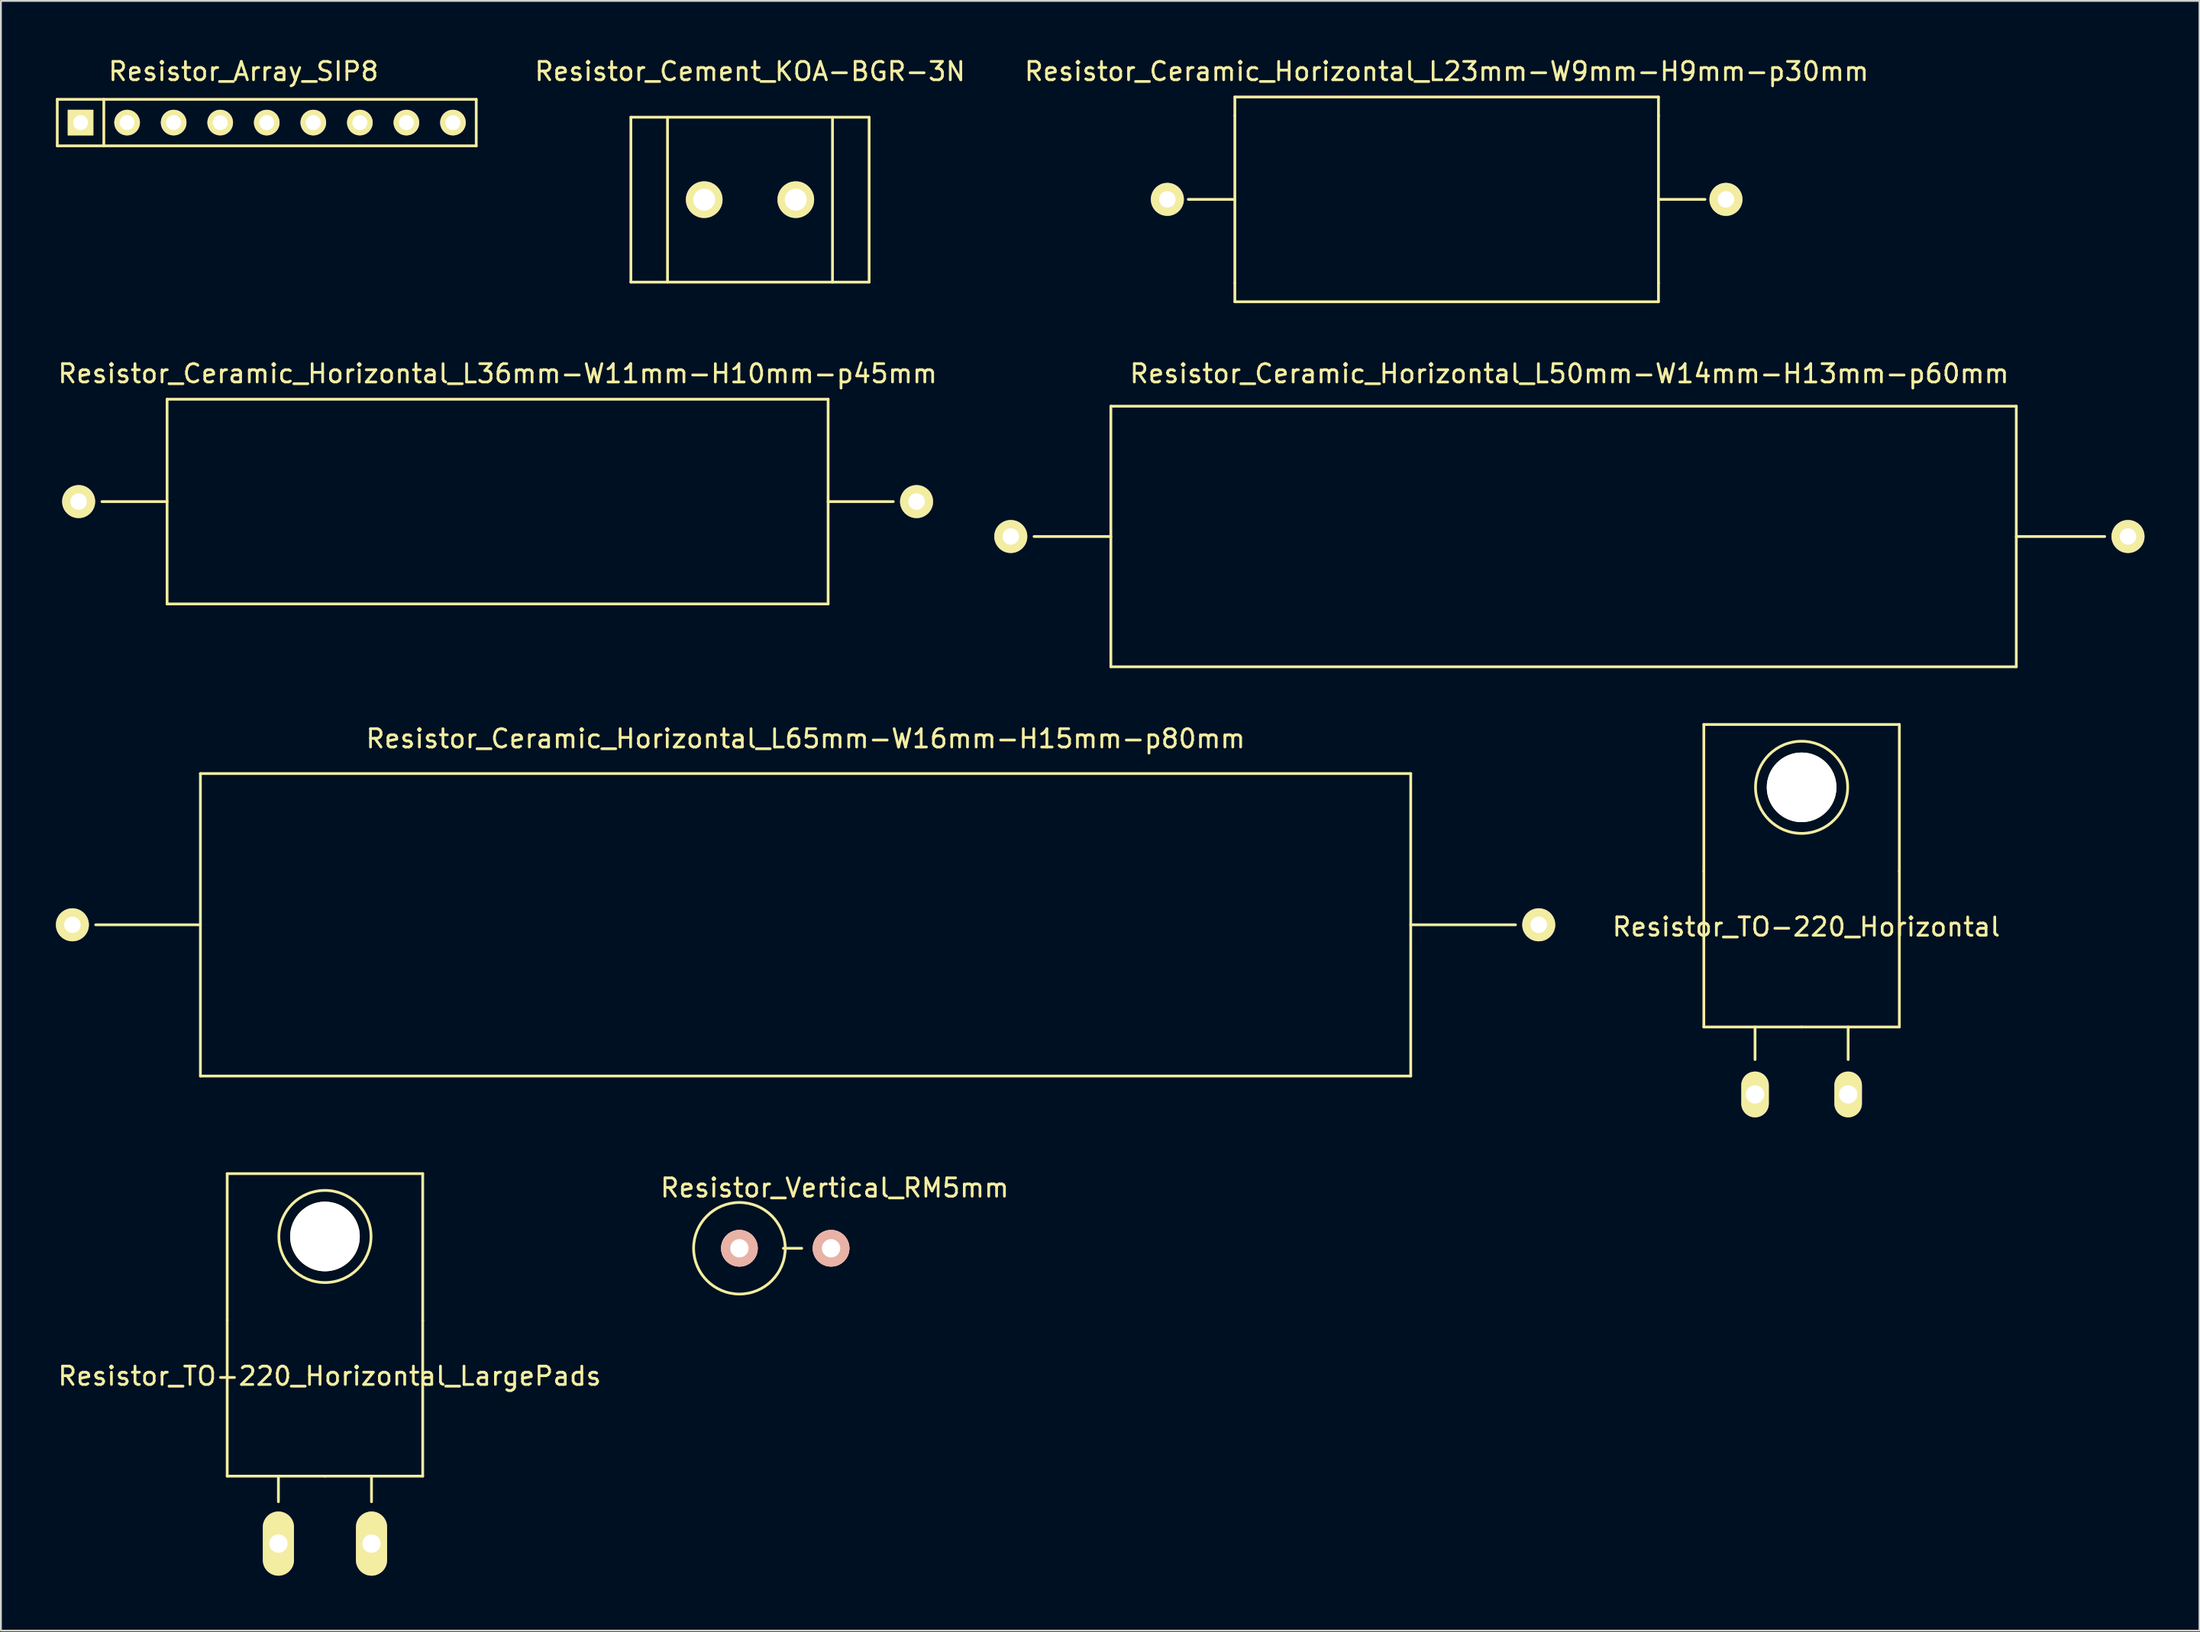
<source format=kicad_pcb>
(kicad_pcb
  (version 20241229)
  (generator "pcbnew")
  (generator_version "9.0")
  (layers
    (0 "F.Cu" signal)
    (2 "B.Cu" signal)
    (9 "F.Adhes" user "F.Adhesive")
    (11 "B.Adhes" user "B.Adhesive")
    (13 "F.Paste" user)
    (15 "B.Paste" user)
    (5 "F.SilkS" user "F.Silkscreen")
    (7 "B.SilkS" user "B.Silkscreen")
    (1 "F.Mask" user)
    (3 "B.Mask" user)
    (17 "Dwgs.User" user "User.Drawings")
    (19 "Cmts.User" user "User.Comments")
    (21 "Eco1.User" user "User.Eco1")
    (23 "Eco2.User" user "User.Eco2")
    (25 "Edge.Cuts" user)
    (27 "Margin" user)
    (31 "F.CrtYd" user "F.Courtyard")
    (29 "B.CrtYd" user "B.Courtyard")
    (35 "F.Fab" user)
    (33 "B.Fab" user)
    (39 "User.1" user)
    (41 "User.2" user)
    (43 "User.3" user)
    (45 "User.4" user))
  (footprint "Resistor_Ceramic_Horizontal_L50mm-W14mm-H13mm-p60mm"
    (layer "F.Cu")
    (at 82.582 26.235)
    (property "Reference" "Resistor_Ceramic_Horizontal_L50mm-W14mm-H13mm-p60mm" (at 0 -8.89 0) (layer "F.SilkS") (effects (font (size 1 1) (thickness 0.15))))
    (attr through_hole)
    (fp_line (start -25.019 -7.112) (end -25.019 7.112) (stroke (width 0.15) (type solid)) (layer "F.SilkS"))
    (fp_line (start -25.019 0) (end -29.21 0) (stroke (width 0.15) (type solid)) (layer "F.SilkS"))
    (fp_line (start -25.019 7.112) (end 24.384 7.112) (stroke (width 0.15) (type solid)) (layer "F.SilkS"))
    (fp_line (start 24.384 -7.112) (end -25.019 -7.112) (stroke (width 0.15) (type solid)) (layer "F.SilkS"))
    (fp_line (start 24.384 0) (end 29.21 0) (stroke (width 0.15) (type solid)) (layer "F.SilkS"))
    (fp_line (start 24.384 7.112) (end 24.384 -7.112) (stroke (width 0.15) (type solid)) (layer "F.SilkS"))
    (pad "1" thru_hole circle (at -30.48 0 180) (size 1.8 1.8) (drill 0.9) (layers "*.Cu" "*.Mask" "F.SilkS"))
    (pad "2" thru_hole circle (at 30.48 0 180) (size 1.8 1.8) (drill 0.9) (layers "*.Cu" "*.Mask" "F.SilkS")))
  (footprint "Resistor_Ceramic_Horizontal_L36mm-W11mm-H10mm-p45mm"
    (layer "F.Cu")
    (at 24.101 24.329)
    (property "Reference" "Resistor_Ceramic_Horizontal_L36mm-W11mm-H10mm-p45mm" (at 0 -6.985 0) (layer "F.SilkS") (effects (font (size 1 1) (thickness 0.15))))
    (attr through_hole)
    (fp_line (start -18.034 -5.588) (end -18.034 5.588) (stroke (width 0.15) (type solid)) (layer "F.SilkS"))
    (fp_line (start -18.034 0) (end -21.59 0) (stroke (width 0.15) (type solid)) (layer "F.SilkS"))
    (fp_line (start -18.034 5.588) (end 18.034 5.588) (stroke (width 0.15) (type solid)) (layer "F.SilkS"))
    (fp_line (start 18.034 -5.588) (end -18.034 -5.588) (stroke (width 0.15) (type solid)) (layer "F.SilkS"))
    (fp_line (start 18.034 0) (end 21.59 0) (stroke (width 0.15) (type solid)) (layer "F.SilkS"))
    (fp_line (start 18.034 5.588) (end 18.034 -5.588) (stroke (width 0.15) (type solid)) (layer "F.SilkS"))
    (pad "1" thru_hole circle (at -22.86 0 180) (size 1.8 1.8) (drill 0.9) (layers "*.Cu" "*.Mask" "F.SilkS"))
    (pad "2" thru_hole circle (at 22.86 0 180) (size 1.8 1.8) (drill 0.9) (layers "*.Cu" "*.Mask" "F.SilkS")))
  (footprint "Resistor_TO-220_Horizontal"
    (layer "F.Cu")
    (at 95.252 56.69)
    (property "Reference" "Resistor_TO-220_Horizontal" (at 0.254 -9.144 0) (layer "F.SilkS") (effects (font (size 1 1) (thickness 0.15))))
    (attr through_hole)
    (fp_line (start -5.334 -20.193) (end -5.334 -12.192) (stroke (width 0.15) (type solid)) (layer "F.SilkS"))
    (fp_line (start -5.334 -12.192) (end -5.334 -3.683) (stroke (width 0.15) (type solid)) (layer "F.SilkS"))
    (fp_line (start -2.54 -3.683) (end -2.54 -1.905) (stroke (width 0.15) (type solid)) (layer "F.SilkS"))
    (fp_line (start 0 -3.683) (end -5.334 -3.683) (stroke (width 0.15) (type solid)) (layer "F.SilkS"))
    (fp_line (start 0 -3.683) (end 5.334 -3.683) (stroke (width 0.15) (type solid)) (layer "F.SilkS"))
    (fp_line (start 2.54 -3.683) (end 2.54 -1.905) (stroke (width 0.15) (type solid)) (layer "F.SilkS"))
    (fp_line (start 5.334 -20.193) (end -5.334 -20.193) (stroke (width 0.15) (type solid)) (layer "F.SilkS"))
    (fp_line (start 5.334 -12.192) (end 5.334 -20.193) (stroke (width 0.15) (type solid)) (layer "F.SilkS"))
    (fp_line (start 5.334 -3.683) (end 5.334 -12.192) (stroke (width 0.15) (type solid)) (layer "F.SilkS"))
    (fp_circle (center 0 -16.764) (end 1.778 -14.986) (stroke (width 0.15) (type solid)) (fill no) (layer "F.SilkS"))
    (pad "" np_thru_hole circle (at 0 -16.764 90) (size 3.8 3.8) (drill 3.8) (layers "*.Cu" "*.Mask" "F.SilkS"))
    (pad "1" thru_hole oval (at -2.54 0 90) (size 2.499 1.501) (drill 1.001) (layers "*.Cu" "*.Mask" "F.SilkS"))
    (pad "2" thru_hole oval (at 2.54 0 90) (size 2.499 1.501) (drill 1.001) (layers "*.Cu" "*.Mask" "F.SilkS")))
  (footprint "Resistor_Ceramic_Horizontal_L23mm-W9mm-H9mm-p30mm"
    (layer "F.Cu")
    (at 75.885 7.833)
    (property "Reference" "Resistor_Ceramic_Horizontal_L23mm-W9mm-H9mm-p30mm" (at 0 -6.985 0) (layer "F.SilkS") (effects (font (size 1 1) (thickness 0.15))))
    (attr through_hole)
    (fp_line (start -11.557 -5.588) (end 11.557 -5.588) (stroke (width 0.15) (type solid)) (layer "F.SilkS"))
    (fp_line (start -11.557 -4.572) (end -11.557 -5.588) (stroke (width 0.15) (type solid)) (layer "F.SilkS"))
    (fp_line (start -11.557 -4.572) (end -11.557 4.572) (stroke (width 0.15) (type solid)) (layer "F.SilkS"))
    (fp_line (start -11.557 0) (end -14.097 0) (stroke (width 0.15) (type solid)) (layer "F.SilkS"))
    (fp_line (start -11.557 4.572) (end -11.557 5.588) (stroke (width 0.15) (type solid)) (layer "F.SilkS"))
    (fp_line (start -11.557 5.588) (end 11.557 5.588) (stroke (width 0.15) (type solid)) (layer "F.SilkS"))
    (fp_line (start 11.557 -5.588) (end 11.557 -4.572) (stroke (width 0.15) (type solid)) (layer "F.SilkS"))
    (fp_line (start 11.557 0) (end 14.097 0) (stroke (width 0.15) (type solid)) (layer "F.SilkS"))
    (fp_line (start 11.557 4.572) (end 11.557 -4.572) (stroke (width 0.15) (type solid)) (layer "F.SilkS"))
    (fp_line (start 11.557 5.588) (end 11.557 4.572) (stroke (width 0.15) (type solid)) (layer "F.SilkS"))
    (pad "1" thru_hole circle (at -15.24 0 180) (size 1.8 1.8) (drill 0.9) (layers "*.Cu" "*.Mask" "F.SilkS"))
    (pad "2" thru_hole circle (at 15.24 0 180) (size 1.8 1.8) (drill 0.9) (layers "*.Cu" "*.Mask" "F.SilkS")))
  (footprint "Resistor_TO-220_Horizontal_LargePads"
    (layer "F.Cu")
    (at 14.681 81.207)
    (property "Reference" "Resistor_TO-220_Horizontal_LargePads" (at 0.254 -9.144 0) (layer "F.SilkS") (effects (font (size 1 1) (thickness 0.15))))
    (attr through_hole)
    (fp_line (start -5.334 -20.193) (end -5.334 -12.192) (stroke (width 0.15) (type solid)) (layer "F.SilkS"))
    (fp_line (start -5.334 -12.192) (end -5.334 -3.683) (stroke (width 0.15) (type solid)) (layer "F.SilkS"))
    (fp_line (start -2.54 -3.683) (end -2.54 -2.286) (stroke (width 0.15) (type solid)) (layer "F.SilkS"))
    (fp_line (start 0 -3.683) (end -5.334 -3.683) (stroke (width 0.15) (type solid)) (layer "F.SilkS"))
    (fp_line (start 0 -3.683) (end 5.334 -3.683) (stroke (width 0.15) (type solid)) (layer "F.SilkS"))
    (fp_line (start 2.54 -3.683) (end 2.54 -2.286) (stroke (width 0.15) (type solid)) (layer "F.SilkS"))
    (fp_line (start 5.334 -20.193) (end -5.334 -20.193) (stroke (width 0.15) (type solid)) (layer "F.SilkS"))
    (fp_line (start 5.334 -12.192) (end 5.334 -20.193) (stroke (width 0.15) (type solid)) (layer "F.SilkS"))
    (fp_line (start 5.334 -3.683) (end 5.334 -12.192) (stroke (width 0.15) (type solid)) (layer "F.SilkS"))
    (fp_circle (center 0 -16.764) (end 1.778 -14.986) (stroke (width 0.15) (type solid)) (fill no) (layer "F.SilkS"))
    (pad "" np_thru_hole circle (at 0 -16.764 90) (size 3.8 3.8) (drill 3.8) (layers "*.Cu" "*.Mask" "F.SilkS"))
    (pad "1" thru_hole oval (at -2.54 0 90) (size 3.5 1.699) (drill 1.001) (layers "*.Cu" "*.Mask" "F.SilkS"))
    (pad "2" thru_hole oval (at 2.54 0 90) (size 3.5 1.699) (drill 1.001) (layers "*.Cu" "*.Mask" "F.SilkS")))
  (footprint "Resistor_Array_SIP8"
    (layer "F.Cu")
    (at 11.505 3.642)
    (property "Reference" "Resistor_Array_SIP8" (at -1.27 -2.794 0) (layer "F.SilkS") (effects (font (size 1 1) (thickness 0.15))))
    (attr through_hole)
    (fp_line (start -11.43 1.27) (end -11.43 -1.27) (stroke (width 0.15) (type solid)) (layer "F.SilkS"))
    (fp_line (start -8.89 -1.27) (end -8.89 1.27) (stroke (width 0.15) (type solid)) (layer "F.SilkS"))
    (fp_line (start 11.43 -1.27) (end -11.43 -1.27) (stroke (width 0.15) (type solid)) (layer "F.SilkS"))
    (fp_line (start 11.43 -1.27) (end 11.43 1.27) (stroke (width 0.15) (type solid)) (layer "F.SilkS"))
    (fp_line (start 11.43 1.27) (end -11.43 1.27) (stroke (width 0.15) (type solid)) (layer "F.SilkS"))
    (pad "1" thru_hole rect (at -10.16 0) (size 1.397 1.397) (drill 0.813) (layers "*.Cu" "*.Mask" "F.SilkS"))
    (pad "2" thru_hole circle (at -7.62 0) (size 1.397 1.397) (drill 0.813) (layers "*.Cu" "*.Mask" "F.SilkS"))
    (pad "3" thru_hole circle (at -5.08 0) (size 1.397 1.397) (drill 0.813) (layers "*.Cu" "*.Mask" "F.SilkS"))
    (pad "4" thru_hole circle (at -2.54 0) (size 1.397 1.397) (drill 0.813) (layers "*.Cu" "*.Mask" "F.SilkS"))
    (pad "5" thru_hole circle (at 0 0) (size 1.397 1.397) (drill 0.813) (layers "*.Cu" "*.Mask" "F.SilkS"))
    (pad "6" thru_hole circle (at 2.54 0) (size 1.397 1.397) (drill 0.813) (layers "*.Cu" "*.Mask" "F.SilkS"))
    (pad "7" thru_hole circle (at 5.08 0) (size 1.397 1.397) (drill 0.813) (layers "*.Cu" "*.Mask" "F.SilkS"))
    (pad "8" thru_hole circle (at 7.62 0) (size 1.397 1.397) (drill 0.813) (layers "*.Cu" "*.Mask" "F.SilkS"))
    (pad "9" thru_hole circle (at 10.16 0) (size 1.397 1.397) (drill 0.813) (layers "*.Cu" "*.Mask" "F.SilkS")))
  (footprint "Resistor_Ceramic_Horizontal_L65mm-W16mm-H15mm-p80mm"
    (layer "F.Cu")
    (at 40.905 47.43)
    (property "Reference" "Resistor_Ceramic_Horizontal_L65mm-W16mm-H15mm-p80mm" (at 0 -10.16 0) (layer "F.SilkS") (effects (font (size 1 1) (thickness 0.15))))
    (attr through_hole)
    (fp_line (start -33.02 -8.255) (end -33.02 8.255) (stroke (width 0.15) (type solid)) (layer "F.SilkS"))
    (fp_line (start -33.02 0) (end -38.735 0) (stroke (width 0.15) (type solid)) (layer "F.SilkS"))
    (fp_line (start -33.02 8.255) (end 33.02 8.255) (stroke (width 0.15) (type solid)) (layer "F.SilkS"))
    (fp_line (start 33.02 -8.255) (end -33.02 -8.255) (stroke (width 0.15) (type solid)) (layer "F.SilkS"))
    (fp_line (start 33.02 0) (end 38.735 0) (stroke (width 0.15) (type solid)) (layer "F.SilkS"))
    (fp_line (start 33.02 8.255) (end 33.02 -8.255) (stroke (width 0.15) (type solid)) (layer "F.SilkS"))
    (pad "1" thru_hole circle (at -40.005 0 180) (size 1.8 1.8) (drill 0.9) (layers "*.Cu" "*.Mask" "F.SilkS"))
    (pad "2" thru_hole circle (at 40.005 0 180) (size 1.8 1.8) (drill 0.9) (layers "*.Cu" "*.Mask" "F.SilkS")))
  (footprint "Resistor_Cement_KOA-BGR-3N"
    (layer "F.Cu")
    (at 37.873 7.848)
    (property "Reference" "Resistor_Cement_KOA-BGR-3N" (at 0 -7 0) (layer "F.SilkS") (effects (font (size 1 1) (thickness 0.15))))
    (attr through_hole)
    (fp_line (start -6.5 -4.501) (end -6.5 4.501) (stroke (width 0.15) (type solid)) (layer "F.SilkS"))
    (fp_line (start -6.5 4.501) (end 6.5 4.501) (stroke (width 0.15) (type solid)) (layer "F.SilkS"))
    (fp_line (start -4.501 -4.501) (end -4.501 4.501) (stroke (width 0.15) (type solid)) (layer "F.SilkS"))
    (fp_line (start 4.501 -4.501) (end 4.501 4.501) (stroke (width 0.15) (type solid)) (layer "F.SilkS"))
    (fp_line (start 6.5 -4.501) (end -6.5 -4.501) (stroke (width 0.15) (type solid)) (layer "F.SilkS"))
    (fp_line (start 6.5 4.501) (end 6.5 -4.501) (stroke (width 0.15) (type solid)) (layer "F.SilkS"))
    (pad "1" thru_hole circle (at -2.499 0) (size 1.999 1.999) (drill 1.199) (layers "*.Cu" "*.Mask" "F.SilkS"))
    (pad "2" thru_hole circle (at 2.499 0) (size 1.999 1.999) (drill 1.199) (layers "*.Cu" "*.Mask" "F.SilkS")))
  (footprint "Resistor_Vertical_RM5mm"
    (layer "F.Cu")
    (at 39.794 65.087)
    (property "Reference" "Resistor_Vertical_RM5mm" (at 2.7 -3.299 0) (layer "F.SilkS") (effects (font (size 1 1) (thickness 0.15))))
    (attr through_hole)
    (fp_line (start -0.099 0) (end 0.902 0) (stroke (width 0.15) (type solid)) (layer "F.SilkS"))
    (fp_circle (center -2.499 0) (end 0 0) (stroke (width 0.15) (type solid)) (fill no) (layer "F.SilkS"))
    (pad "1" thru_hole circle (at -2.499 0) (size 1.999 1.999) (drill 1.001) (layers "*.Cu" "*.SilkS" "*.Mask"))
    (pad "2" thru_hole circle (at 2.502 0) (size 1.999 1.999) (drill 1.001) (layers "*.Cu" "*.SilkS" "*.Mask")))
  (gr_rect
    (start -3 -3)
    (end 116.962 85.957)
    (stroke (width 0.1) (type default))
    (fill no)
    (layer "Edge.Cuts")))
</source>
